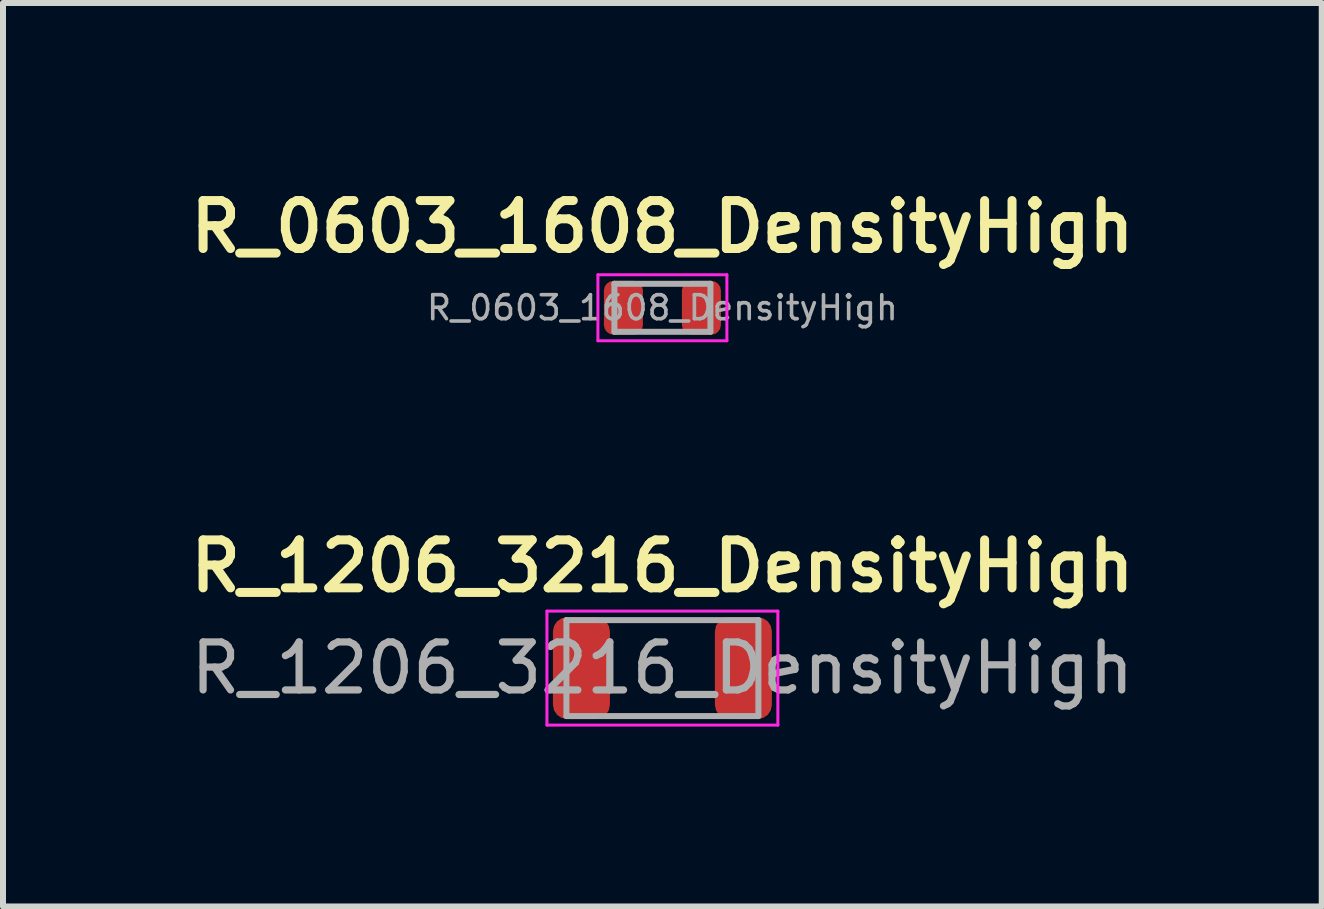
<source format=kicad_pcb>
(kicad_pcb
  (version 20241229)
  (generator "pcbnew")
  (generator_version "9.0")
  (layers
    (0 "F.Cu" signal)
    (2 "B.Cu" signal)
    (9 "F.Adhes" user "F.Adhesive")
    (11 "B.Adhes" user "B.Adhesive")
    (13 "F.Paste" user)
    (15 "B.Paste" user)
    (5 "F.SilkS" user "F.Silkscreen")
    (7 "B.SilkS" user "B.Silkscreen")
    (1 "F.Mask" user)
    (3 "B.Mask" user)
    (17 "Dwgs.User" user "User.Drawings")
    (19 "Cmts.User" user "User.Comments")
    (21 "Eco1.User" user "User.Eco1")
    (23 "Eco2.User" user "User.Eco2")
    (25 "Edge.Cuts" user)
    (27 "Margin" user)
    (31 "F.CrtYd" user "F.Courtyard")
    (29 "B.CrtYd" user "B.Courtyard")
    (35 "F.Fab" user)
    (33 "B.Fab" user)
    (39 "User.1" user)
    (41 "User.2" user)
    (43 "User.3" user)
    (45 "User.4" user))
  (footprint "R_1206_3216_DensityHigh"
    (layer "F.Cu")
    (at 7.993 8.088)
    (property "Reference" "R_1206_3216_DensityHigh" (at 0 -1.7 0) (layer "F.SilkS") (effects (font (size 0.8 0.8) (thickness 0.15))))
    (attr smd)
    (fp_line (start -1.925 -0.95) (end 1.925 -0.95) (stroke (width 0.05) (type solid)) (layer "F.CrtYd"))
    (fp_line (start -1.925 0.95) (end -1.925 -0.95) (stroke (width 0.05) (type solid)) (layer "F.CrtYd"))
    (fp_line (start 1.925 -0.95) (end 1.925 0.95) (stroke (width 0.05) (type solid)) (layer "F.CrtYd"))
    (fp_line (start 1.925 0.95) (end -1.925 0.95) (stroke (width 0.05) (type solid)) (layer "F.CrtYd"))
    (fp_line (start -1.6 -0.8) (end 1.6 -0.8) (stroke (width 0.1) (type solid)) (layer "F.Fab"))
    (fp_line (start -1.6 0.8) (end -1.6 -0.8) (stroke (width 0.1) (type solid)) (layer "F.Fab"))
    (fp_line (start 1.6 -0.8) (end 1.6 0.8) (stroke (width 0.1) (type solid)) (layer "F.Fab"))
    (fp_line (start 1.6 0.8) (end -1.6 0.8) (stroke (width 0.1) (type solid)) (layer "F.Fab"))
    (fp_text user "${REFERENCE}" (at 0 0 0) (layer "F.Fab") (effects (font (size 0.8 0.8) (thickness 0.12))))
    (pad "1" smd roundrect (at -1.35 0) (size 0.95 1.7) (layers "F.Cu" "F.Mask" "F.Paste") (roundrect_rratio 0.25))
    (pad "2" smd roundrect (at 1.35 0) (size 0.95 1.7) (layers "F.Cu" "F.Mask" "F.Paste") (roundrect_rratio 0.25)))
  (footprint "R_0603_1608_DensityHigh"
    (layer "F.Cu")
    (at 7.993 2.081)
    (property "Reference" "R_0603_1608_DensityHigh" (at 0 -1.35 0) (layer "F.SilkS") (effects (font (size 0.8 0.8) (thickness 0.15))))
    (attr smd)
    (fp_line (start -1.075 -0.55) (end 1.075 -0.55) (stroke (width 0.05) (type solid)) (layer "F.CrtYd"))
    (fp_line (start -1.075 0.55) (end -1.075 -0.55) (stroke (width 0.05) (type solid)) (layer "F.CrtYd"))
    (fp_line (start 1.075 -0.55) (end 1.075 0.55) (stroke (width 0.05) (type solid)) (layer "F.CrtYd"))
    (fp_line (start 1.075 0.55) (end -1.075 0.55) (stroke (width 0.05) (type solid)) (layer "F.CrtYd"))
    (fp_line (start -0.8 -0.4) (end 0.8 -0.4) (stroke (width 0.1) (type solid)) (layer "F.Fab"))
    (fp_line (start -0.8 0.4) (end -0.8 -0.4) (stroke (width 0.1) (type solid)) (layer "F.Fab"))
    (fp_line (start 0.8 -0.4) (end 0.8 0.4) (stroke (width 0.1) (type solid)) (layer "F.Fab"))
    (fp_line (start 0.8 0.4) (end -0.8 0.4) (stroke (width 0.1) (type solid)) (layer "F.Fab"))
    (fp_text user "${REFERENCE}" (at 0 0 0) (layer "F.Fab") (effects (font (size 0.4 0.4) (thickness 0.06))))
    (pad "1" smd roundrect (at -0.65 0) (size 0.65 0.9) (layers "F.Cu" "F.Mask" "F.Paste") (roundrect_rratio 0.25))
    (pad "2" smd roundrect (at 0.65 0) (size 0.65 0.9) (layers "F.Cu" "F.Mask" "F.Paste") (roundrect_rratio 0.25)))
  (gr_rect
    (start -3 -3)
    (end 18.985 12.062)
    (stroke (width 0.1) (type default))
    (fill no)
    (layer "Edge.Cuts")))
</source>
